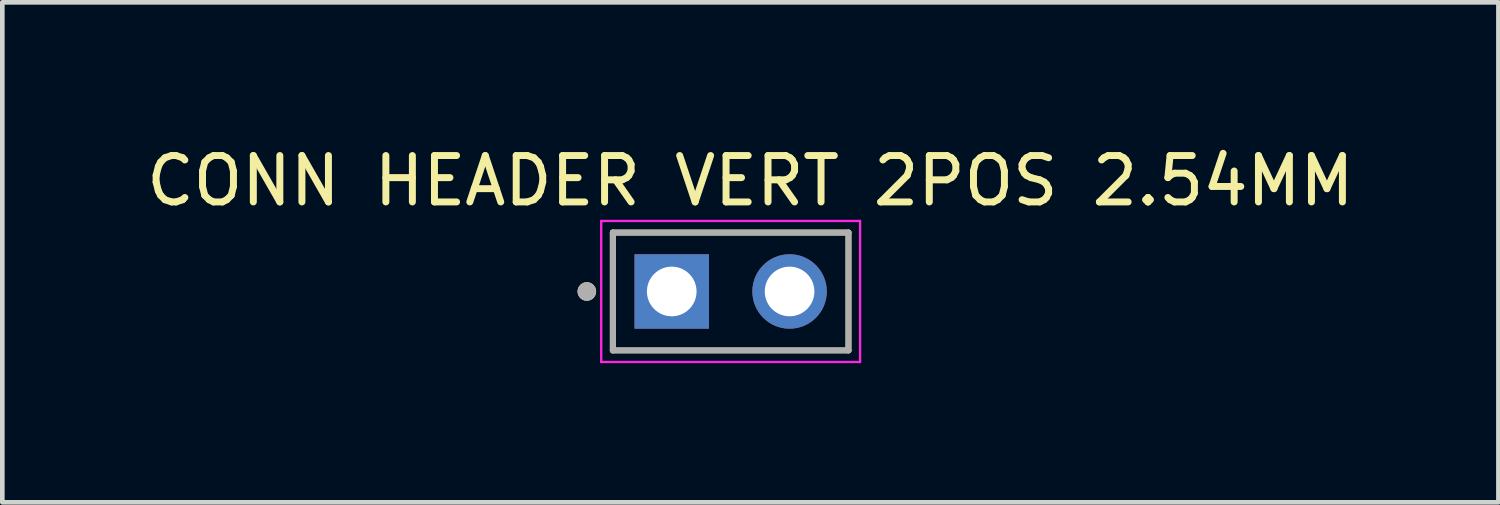
<source format=kicad_pcb>
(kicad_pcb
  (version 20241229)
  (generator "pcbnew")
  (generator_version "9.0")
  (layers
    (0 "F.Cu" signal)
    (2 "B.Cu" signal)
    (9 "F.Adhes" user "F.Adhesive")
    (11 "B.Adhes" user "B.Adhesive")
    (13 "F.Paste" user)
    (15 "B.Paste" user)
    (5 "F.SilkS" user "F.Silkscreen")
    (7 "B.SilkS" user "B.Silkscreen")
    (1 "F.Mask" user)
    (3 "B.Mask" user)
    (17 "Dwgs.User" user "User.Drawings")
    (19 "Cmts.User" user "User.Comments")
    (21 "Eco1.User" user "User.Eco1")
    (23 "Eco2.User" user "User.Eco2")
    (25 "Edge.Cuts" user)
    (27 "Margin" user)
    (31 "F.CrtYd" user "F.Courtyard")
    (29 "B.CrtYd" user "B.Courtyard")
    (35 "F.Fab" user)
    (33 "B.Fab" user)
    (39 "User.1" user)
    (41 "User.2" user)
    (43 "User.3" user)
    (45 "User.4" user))
  (footprint "CONN HEADER VERT 2POS 2.54MM"
    (layer "F.Cu")
    (at 12.7 3.233)
    (property "Reference" "CONN HEADER VERT 2POS 2.54MM" (at 0.425 -2.385 0) (layer "F.SilkS") (effects (font (size 1 1) (thickness 0.15))))
    (attr through_hole)
    (fp_line (start -2.54 -1.27) (end 2.54 -1.27) (stroke (width 0.127) (type solid)) (layer "F.SilkS"))
    (fp_line (start -2.54 1.27) (end -2.54 -1.27) (stroke (width 0.127) (type solid)) (layer "F.SilkS"))
    (fp_line (start 2.54 -1.27) (end 2.54 1.27) (stroke (width 0.127) (type solid)) (layer "F.SilkS"))
    (fp_line (start 2.54 1.27) (end -2.54 1.27) (stroke (width 0.127) (type solid)) (layer "F.SilkS"))
    (fp_circle (center -3.1 0) (end -3 0) (stroke (width 0.2) (type solid)) (fill no) (layer "F.SilkS"))
    (fp_line (start -2.79 -1.52) (end 2.79 -1.52) (stroke (width 0.05) (type solid)) (layer "F.CrtYd"))
    (fp_line (start -2.79 1.52) (end -2.79 -1.52) (stroke (width 0.05) (type solid)) (layer "F.CrtYd"))
    (fp_line (start 2.79 -1.52) (end 2.79 1.52) (stroke (width 0.05) (type solid)) (layer "F.CrtYd"))
    (fp_line (start 2.79 1.52) (end -2.79 1.52) (stroke (width 0.05) (type solid)) (layer "F.CrtYd"))
    (fp_line (start -2.54 -1.27) (end 2.54 -1.27) (stroke (width 0.127) (type solid)) (layer "F.Fab"))
    (fp_line (start -2.54 1.27) (end -2.54 -1.27) (stroke (width 0.127) (type solid)) (layer "F.Fab"))
    (fp_line (start 2.54 -1.27) (end 2.54 1.27) (stroke (width 0.127) (type solid)) (layer "F.Fab"))
    (fp_line (start 2.54 1.27) (end -2.54 1.27) (stroke (width 0.127) (type solid)) (layer "F.Fab"))
    (fp_circle (center -3.1 0) (end -3 0) (stroke (width 0.2) (type solid)) (fill no) (layer "F.Fab"))
    (pad "1" thru_hole rect (at -1.27 0) (size 1.605 1.605) (drill 1.07) (layers "*.Cu" "*.Mask"))
    (pad "2" thru_hole circle (at 1.27 0) (size 1.605 1.605) (drill 1.07) (layers "*.Cu" "*.Mask")))
  (gr_rect
    (start -3 -3)
    (end 29.25 7.778)
    (stroke (width 0.1) (type default))
    (fill no)
    (layer "Edge.Cuts")))
</source>
